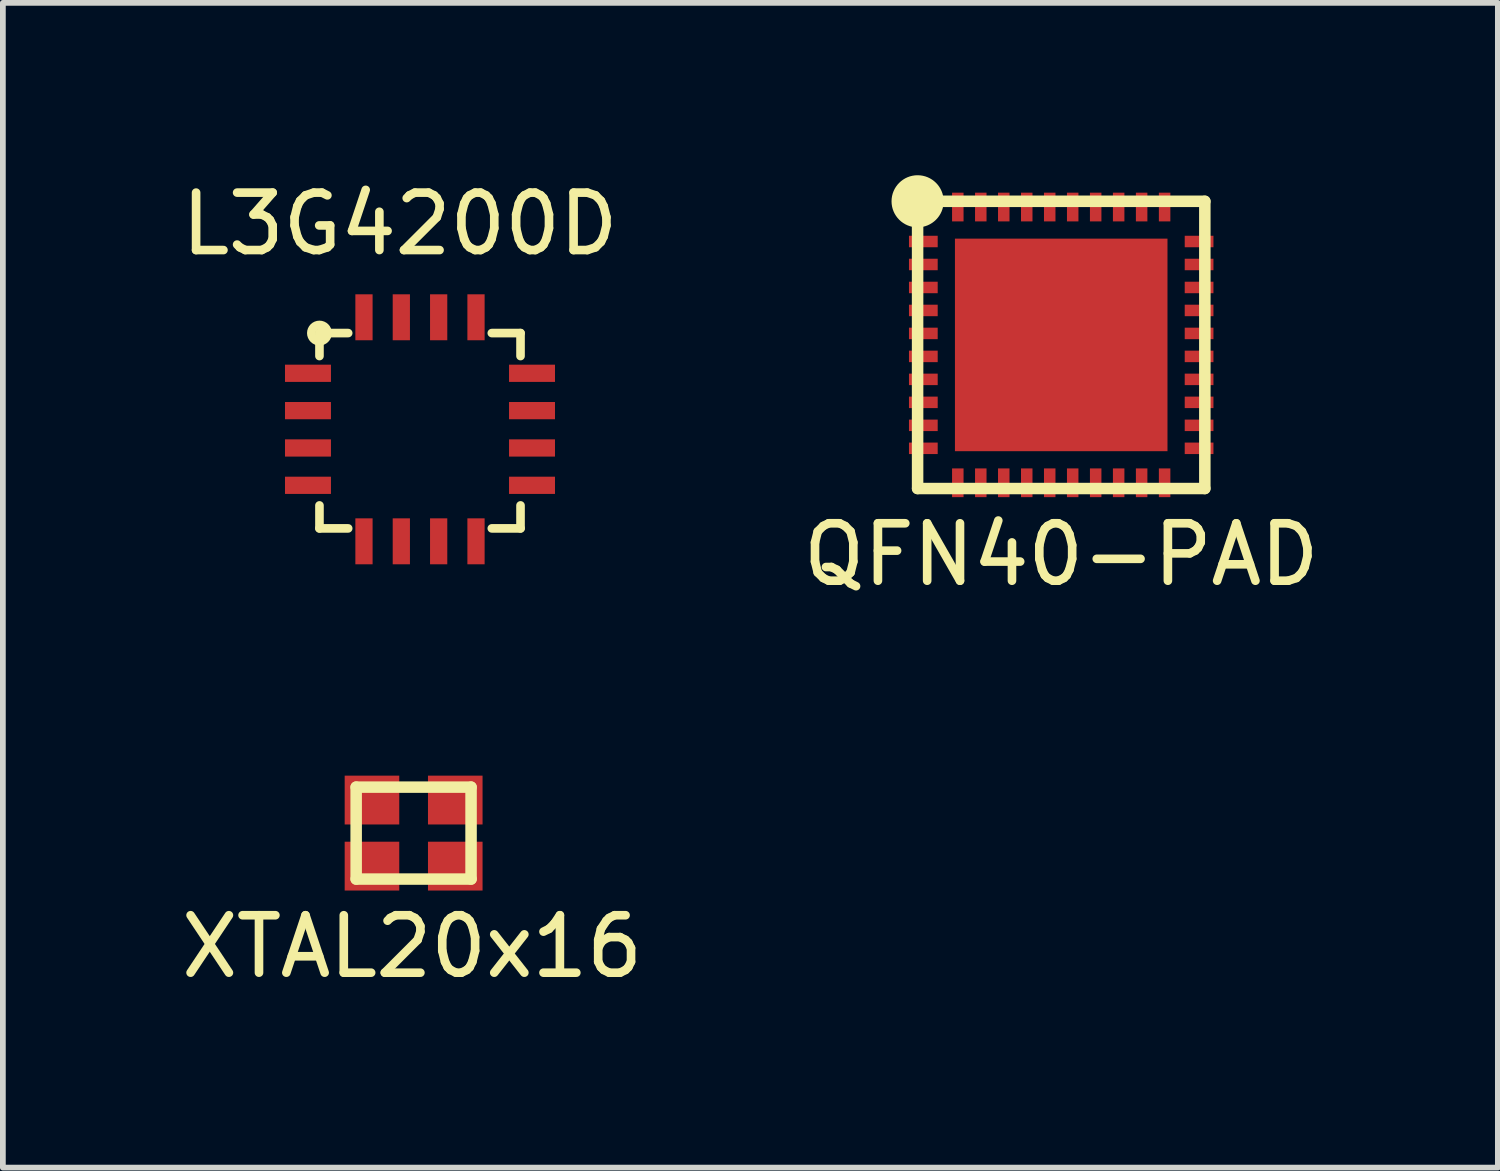
<source format=kicad_pcb>
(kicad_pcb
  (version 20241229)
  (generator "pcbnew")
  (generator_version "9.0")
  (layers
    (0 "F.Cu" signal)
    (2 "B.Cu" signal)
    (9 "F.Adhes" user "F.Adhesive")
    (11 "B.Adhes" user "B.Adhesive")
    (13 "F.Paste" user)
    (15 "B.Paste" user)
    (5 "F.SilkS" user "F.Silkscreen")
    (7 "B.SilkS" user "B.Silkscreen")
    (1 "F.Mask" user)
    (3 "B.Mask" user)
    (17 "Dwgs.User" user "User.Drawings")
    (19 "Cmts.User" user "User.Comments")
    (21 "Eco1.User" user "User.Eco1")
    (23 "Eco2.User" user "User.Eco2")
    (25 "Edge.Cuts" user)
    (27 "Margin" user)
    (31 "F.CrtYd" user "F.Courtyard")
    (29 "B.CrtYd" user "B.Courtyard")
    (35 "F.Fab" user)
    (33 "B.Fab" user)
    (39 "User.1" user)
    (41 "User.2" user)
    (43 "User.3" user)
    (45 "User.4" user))
  (footprint "QFN40-PAD"
    (layer "F.Cu")
    (at 13.023 1.154)
    (property "Reference" "QFN40-PAD" (at 2.4 5.45 0) (layer "F.SilkS") (effects (font (size 1 1) (thickness 0.15))))
    (attr through_hole)
    (fp_line (start -0.1 -0.7) (end -0.1 4.3) (stroke (width 0.2) (type solid)) (layer "F.SilkS"))
    (fp_line (start -0.1 4.3) (end 4.9 4.3) (stroke (width 0.2) (type solid)) (layer "F.SilkS"))
    (fp_line (start 4.9 -0.7) (end -0.1 -0.7) (stroke (width 0.2) (type solid)) (layer "F.SilkS"))
    (fp_line (start 4.9 4.3) (end 4.9 -0.7) (stroke (width 0.2) (type solid)) (layer "F.SilkS"))
    (fp_circle (center -0.1 -0.7) (end 0.05 -0.6) (stroke (width 0.2) (type solid)) (fill no) (layer "F.SilkS"))
    (fp_circle (center -0.1 -0.7) (end 0.15 -0.45) (stroke (width 0.2) (type solid)) (fill no) (layer "F.SilkS"))
    (pad "" smd rect (at 0.825 0.225) (size 0.55 0.55) (layers "F.Mask" "F.Paste"))
    (pad "" smd rect (at 0.825 1.275) (size 0.55 0.55) (layers "F.Mask" "F.Paste"))
    (pad "" smd rect (at 0.825 2.325) (size 0.55 0.55) (layers "F.Mask" "F.Paste"))
    (pad "" smd rect (at 0.825 3.375) (size 0.55 0.55) (layers "F.Mask" "F.Paste"))
    (pad "" smd rect (at 1.875 0.225) (size 0.55 0.55) (layers "F.Mask" "F.Paste"))
    (pad "" smd rect (at 1.875 1.275) (size 0.55 0.55) (layers "F.Mask" "F.Paste"))
    (pad "" smd rect (at 1.875 2.325) (size 0.55 0.55) (layers "F.Mask" "F.Paste"))
    (pad "" smd rect (at 1.875 3.375) (size 0.55 0.55) (layers "F.Mask" "F.Paste"))
    (pad "" smd rect (at 2.925 0.225) (size 0.55 0.55) (layers "F.Mask" "F.Paste"))
    (pad "" smd rect (at 2.925 1.275) (size 0.55 0.55) (layers "F.Mask" "F.Paste"))
    (pad "" smd rect (at 2.925 2.325) (size 0.55 0.55) (layers "F.Mask" "F.Paste"))
    (pad "" smd rect (at 2.925 3.375) (size 0.55 0.55) (layers "F.Mask" "F.Paste"))
    (pad "" smd rect (at 3.975 0.225) (size 0.55 0.55) (layers "F.Mask" "F.Paste"))
    (pad "" smd rect (at 3.975 1.275) (size 0.55 0.55) (layers "F.Mask" "F.Paste"))
    (pad "" smd rect (at 3.975 2.325) (size 0.55 0.55) (layers "F.Mask" "F.Paste"))
    (pad "" smd rect (at 3.975 3.375) (size 0.55 0.55) (layers "F.Mask" "F.Paste"))
    (pad "1" smd rect (at 0 0) (size 0.5 0.2) (layers "F.Cu" "F.Mask" "F.Paste"))
    (pad "2" smd rect (at 0 0.4) (size 0.5 0.2) (layers "F.Cu" "F.Mask" "F.Paste"))
    (pad "3" smd rect (at 0 0.8) (size 0.5 0.2) (layers "F.Cu" "F.Mask" "F.Paste"))
    (pad "4" smd rect (at 0 1.2) (size 0.5 0.2) (layers "F.Cu" "F.Mask" "F.Paste"))
    (pad "5" smd rect (at 0 1.6) (size 0.5 0.2) (layers "F.Cu" "F.Mask" "F.Paste"))
    (pad "6" smd rect (at 0 2) (size 0.5 0.2) (layers "F.Cu" "F.Mask" "F.Paste"))
    (pad "7" smd rect (at 0 2.4) (size 0.5 0.2) (layers "F.Cu" "F.Mask" "F.Paste"))
    (pad "8" smd rect (at 0 2.8) (size 0.5 0.2) (layers "F.Cu" "F.Mask" "F.Paste"))
    (pad "9" smd rect (at 0 3.2) (size 0.5 0.2) (layers "F.Cu" "F.Mask" "F.Paste"))
    (pad "10" smd rect (at 0 3.6) (size 0.5 0.2) (layers "F.Cu" "F.Mask" "F.Paste"))
    (pad "11" smd rect (at 0.6 4.2) (size 0.2 0.5) (layers "F.Cu" "F.Mask" "F.Paste"))
    (pad "12" smd rect (at 1 4.2) (size 0.2 0.5) (layers "F.Cu" "F.Mask" "F.Paste"))
    (pad "13" smd rect (at 1.4 4.2) (size 0.2 0.5) (layers "F.Cu" "F.Mask" "F.Paste"))
    (pad "14" smd rect (at 1.8 4.2) (size 0.2 0.5) (layers "F.Cu" "F.Mask" "F.Paste"))
    (pad "15" smd rect (at 2.2 4.2) (size 0.2 0.5) (layers "F.Cu" "F.Mask" "F.Paste"))
    (pad "16" smd rect (at 2.6 4.2) (size 0.2 0.5) (layers "F.Cu" "F.Mask" "F.Paste"))
    (pad "17" smd rect (at 3 4.2) (size 0.2 0.5) (layers "F.Cu" "F.Mask" "F.Paste"))
    (pad "18" smd rect (at 3.4 4.2) (size 0.2 0.5) (layers "F.Cu" "F.Mask" "F.Paste"))
    (pad "19" smd rect (at 3.8 4.2) (size 0.2 0.5) (layers "F.Cu" "F.Mask" "F.Paste"))
    (pad "20" smd rect (at 4.2 4.2) (size 0.2 0.5) (layers "F.Cu" "F.Mask" "F.Paste"))
    (pad "21" smd rect (at 4.8 3.6) (size 0.5 0.2) (layers "F.Cu" "F.Mask" "F.Paste"))
    (pad "22" smd rect (at 4.8 3.2) (size 0.5 0.2) (layers "F.Cu" "F.Mask" "F.Paste"))
    (pad "23" smd rect (at 4.8 2.8) (size 0.5 0.2) (layers "F.Cu" "F.Mask" "F.Paste"))
    (pad "24" smd rect (at 4.8 2.4) (size 0.5 0.2) (layers "F.Cu" "F.Mask" "F.Paste"))
    (pad "25" smd rect (at 4.8 2) (size 0.5 0.2) (layers "F.Cu" "F.Mask" "F.Paste"))
    (pad "26" smd rect (at 4.8 1.6) (size 0.5 0.2) (layers "F.Cu" "F.Mask" "F.Paste"))
    (pad "27" smd rect (at 4.8 1.2) (size 0.5 0.2) (layers "F.Cu" "F.Mask" "F.Paste"))
    (pad "28" smd rect (at 4.8 0.8) (size 0.5 0.2) (layers "F.Cu" "F.Mask" "F.Paste"))
    (pad "29" smd rect (at 4.8 0.4) (size 0.5 0.2) (layers "F.Cu" "F.Mask" "F.Paste"))
    (pad "30" smd rect (at 4.8 0) (size 0.5 0.2) (layers "F.Cu" "F.Mask" "F.Paste"))
    (pad "31" smd rect (at 4.2 -0.6) (size 0.2 0.5) (layers "F.Cu" "F.Mask" "F.Paste"))
    (pad "32" smd rect (at 3.8 -0.6) (size 0.2 0.5) (layers "F.Cu" "F.Mask" "F.Paste"))
    (pad "33" smd rect (at 3.4 -0.6) (size 0.2 0.5) (layers "F.Cu" "F.Mask" "F.Paste"))
    (pad "34" smd rect (at 3 -0.6) (size 0.2 0.5) (layers "F.Cu" "F.Mask" "F.Paste"))
    (pad "35" smd rect (at 2.6 -0.6) (size 0.2 0.5) (layers "F.Cu" "F.Mask" "F.Paste"))
    (pad "36" smd rect (at 2.2 -0.6) (size 0.2 0.5) (layers "F.Cu" "F.Mask" "F.Paste"))
    (pad "37" smd rect (at 1.8 -0.6) (size 0.2 0.5) (layers "F.Cu" "F.Mask" "F.Paste"))
    (pad "38" smd rect (at 1.4 -0.6) (size 0.2 0.5) (layers "F.Cu" "F.Mask" "F.Paste"))
    (pad "39" smd rect (at 1 -0.6) (size 0.2 0.5) (layers "F.Cu" "F.Mask" "F.Paste"))
    (pad "40" smd rect (at 0.6 -0.6) (size 0.2 0.5) (layers "F.Cu" "F.Mask" "F.Paste"))
    (pad "PAD" smd rect (at 2.4 1.8) (size 3.7 3.7) (layers "F.Cu")))
  (footprint "XTAL20x16"
    (layer "F.Cu")
    (at 3.425 12.027)
    (property "Reference" "XTAL20x16" (at 0.7 1.4 0) (layer "F.SilkS") (effects (font (size 1 1) (thickness 0.15))))
    (attr through_hole)
    (fp_line (start -0.275 -1.375) (end -0.275 0.225) (stroke (width 0.2) (type solid)) (layer "F.SilkS"))
    (fp_line (start -0.275 0.225) (end 1.725 0.225) (stroke (width 0.2) (type solid)) (layer "F.SilkS"))
    (fp_line (start 1.725 -1.375) (end -0.275 -1.375) (stroke (width 0.2) (type solid)) (layer "F.SilkS"))
    (fp_line (start 1.725 0.225) (end 1.725 -1.375) (stroke (width 0.2) (type solid)) (layer "F.SilkS"))
    (pad "1" smd rect (at 0 -1.15) (size 0.95 0.85) (layers "F.Cu" "F.Mask" "F.Paste"))
    (pad "2" smd rect (at 1.45 -1.15) (size 0.95 0.85) (layers "F.Cu" "F.Mask" "F.Paste"))
    (pad "3" smd rect (at 1.45 0) (size 0.95 0.85) (layers "F.Cu" "F.Mask" "F.Paste"))
    (pad "4" smd rect (at 0 0) (size 0.95 0.85) (layers "F.Cu" "F.Mask" "F.Paste")))
  (footprint "L3G4200D"
    (layer "F.Cu")
    (at 2.511 3.448)
    (property "Reference" "L3G4200D" (at 1.4 -2.6 0) (layer "F.SilkS") (effects (font (size 1 1) (thickness 0.15))))
    (attr through_hole)
    (fp_line (start 0 -0.7) (end 0 -0.3) (stroke (width 0.15) (type solid)) (layer "F.SilkS"))
    (fp_line (start 0 2.3) (end 0 2.7) (stroke (width 0.15) (type solid)) (layer "F.SilkS"))
    (fp_line (start 0 2.7) (end 0.5 2.7) (stroke (width 0.15) (type solid)) (layer "F.SilkS"))
    (fp_line (start 0.5 -0.7) (end 0 -0.7) (stroke (width 0.15) (type solid)) (layer "F.SilkS"))
    (fp_line (start 3 -0.7) (end 3.5 -0.7) (stroke (width 0.15) (type solid)) (layer "F.SilkS"))
    (fp_line (start 3 2.7) (end 3.5 2.7) (stroke (width 0.15) (type solid)) (layer "F.SilkS"))
    (fp_line (start 3.5 -0.7) (end 3.5 -0.3) (stroke (width 0.15) (type solid)) (layer "F.SilkS"))
    (fp_line (start 3.5 2.7) (end 3.5 2.3) (stroke (width 0.15) (type solid)) (layer "F.SilkS"))
    (fp_circle (center 0 -0.7) (end -0.1 -0.8) (stroke (width 0.15) (type solid)) (fill no) (layer "F.SilkS"))
    (pad "1" smd rect (at 0 0) (size 0.8 0.3) (drill (offset -0.2 0)) (layers "F.Cu" "F.Mask" "F.Paste"))
    (pad "2" smd rect (at 0 0.65) (size 0.8 0.3) (drill (offset -0.2 0)) (layers "F.Cu" "F.Mask" "F.Paste"))
    (pad "3" smd rect (at 0 1.3) (size 0.8 0.3) (drill (offset -0.2 0)) (layers "F.Cu" "F.Mask" "F.Paste"))
    (pad "4" smd rect (at 0 1.95) (size 0.8 0.3) (drill (offset -0.2 0)) (layers "F.Cu" "F.Mask" "F.Paste"))
    (pad "5" smd rect (at 0.775 2.725) (size 0.3 0.8) (drill (offset 0 0.2)) (layers "F.Cu" "F.Mask" "F.Paste"))
    (pad "6" smd rect (at 1.425 2.725) (size 0.3 0.8) (drill (offset 0 0.2)) (layers "F.Cu" "F.Mask" "F.Paste"))
    (pad "7" smd rect (at 2.075 2.725) (size 0.3 0.8) (drill (offset 0 0.2)) (layers "F.Cu" "F.Mask" "F.Paste"))
    (pad "8" smd rect (at 2.725 2.725) (size 0.3 0.8) (drill (offset 0 0.2)) (layers "F.Cu" "F.Mask" "F.Paste"))
    (pad "9" smd rect (at 3.5 1.95) (size 0.8 0.3) (drill (offset 0.2 0)) (layers "F.Cu" "F.Mask" "F.Paste"))
    (pad "10" smd rect (at 3.5 1.3) (size 0.8 0.3) (drill (offset 0.2 0)) (layers "F.Cu" "F.Mask" "F.Paste"))
    (pad "11" smd rect (at 3.5 0.65) (size 0.8 0.3) (drill (offset 0.2 0)) (layers "F.Cu" "F.Mask" "F.Paste"))
    (pad "12" smd rect (at 3.5 0) (size 0.8 0.3) (drill (offset 0.2 0)) (layers "F.Cu" "F.Mask" "F.Paste"))
    (pad "13" smd rect (at 2.725 -0.775) (size 0.3 0.8) (drill (offset 0 -0.2)) (layers "F.Cu" "F.Mask" "F.Paste"))
    (pad "14" smd rect (at 2.075 -0.775) (size 0.3 0.8) (drill (offset 0 -0.2)) (layers "F.Cu" "F.Mask" "F.Paste"))
    (pad "15" smd rect (at 1.425 -0.775) (size 0.3 0.8) (drill (offset 0 -0.2)) (layers "F.Cu" "F.Mask" "F.Paste"))
    (pad "16" smd rect (at 0.775 -0.775) (size 0.3 0.8) (drill (offset 0 -0.2)) (layers "F.Cu" "F.Mask" "F.Paste")))
  (gr_rect
    (start -3 -3)
    (end 23.024 17.275)
    (stroke (width 0.1) (type default))
    (fill no)
    (layer "Edge.Cuts")))
</source>
